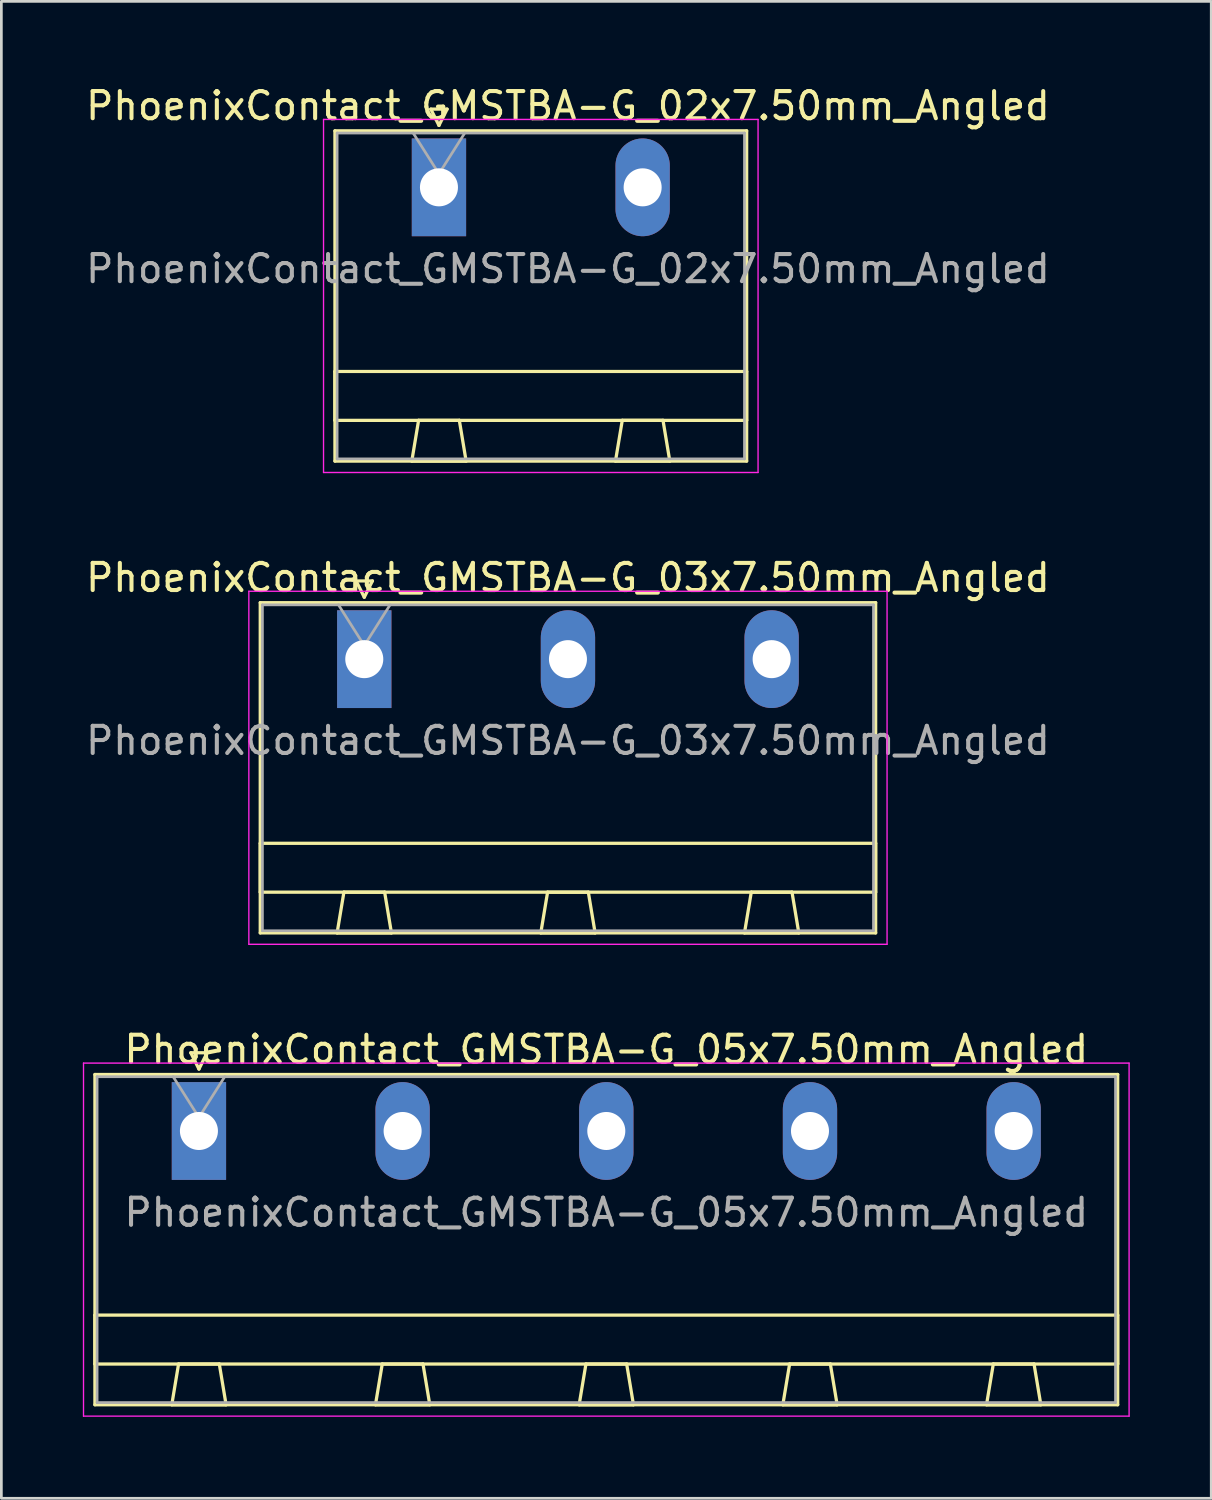
<source format=kicad_pcb>
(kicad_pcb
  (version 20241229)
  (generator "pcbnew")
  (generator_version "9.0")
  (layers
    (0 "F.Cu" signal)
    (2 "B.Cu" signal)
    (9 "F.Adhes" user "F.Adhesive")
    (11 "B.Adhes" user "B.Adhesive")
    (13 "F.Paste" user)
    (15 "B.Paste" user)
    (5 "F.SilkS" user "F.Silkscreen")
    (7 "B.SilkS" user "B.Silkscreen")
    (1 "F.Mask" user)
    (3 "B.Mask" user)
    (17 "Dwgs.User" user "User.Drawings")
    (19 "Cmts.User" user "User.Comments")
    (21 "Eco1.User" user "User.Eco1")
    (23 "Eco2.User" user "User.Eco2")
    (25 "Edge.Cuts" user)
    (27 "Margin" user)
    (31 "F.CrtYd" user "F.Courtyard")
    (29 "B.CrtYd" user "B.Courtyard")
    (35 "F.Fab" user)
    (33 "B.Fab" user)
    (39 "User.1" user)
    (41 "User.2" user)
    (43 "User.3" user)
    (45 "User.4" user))
  (footprint "PhoenixContact_GMSTBA-G_02x7.50mm_Angled"
    (layer "F.Cu")
    (at 13.113 3.848)
    (property "Reference" "PhoenixContact_GMSTBA-G_02x7.50mm_Angled" (at 4.75 -3 0) (layer "F.SilkS") (effects (font (size 1 1) (thickness 0.15))))
    (attr through_hole)
    (fp_line (start -3.83 -2.08) (end -3.83 10.08) (stroke (width 0.12) (type solid)) (layer "F.SilkS"))
    (fp_line (start -3.83 6.78) (end 11.33 6.78) (stroke (width 0.12) (type solid)) (layer "F.SilkS"))
    (fp_line (start -3.83 8.58) (end -3.83 6.78) (stroke (width 0.12) (type solid)) (layer "F.SilkS"))
    (fp_line (start -3.83 10.08) (end 11.33 10.08) (stroke (width 0.12) (type solid)) (layer "F.SilkS"))
    (fp_line (start -1 10.08) (end 1 10.08) (stroke (width 0.12) (type solid)) (layer "F.SilkS"))
    (fp_line (start -0.75 8.58) (end -1 10.08) (stroke (width 0.12) (type solid)) (layer "F.SilkS"))
    (fp_line (start -0.3 -2.88) (end 0.3 -2.88) (stroke (width 0.12) (type solid)) (layer "F.SilkS"))
    (fp_line (start 0 -2.28) (end -0.3 -2.88) (stroke (width 0.12) (type solid)) (layer "F.SilkS"))
    (fp_line (start 0.3 -2.88) (end 0 -2.28) (stroke (width 0.12) (type solid)) (layer "F.SilkS"))
    (fp_line (start 0.75 8.58) (end -0.75 8.58) (stroke (width 0.12) (type solid)) (layer "F.SilkS"))
    (fp_line (start 1 10.08) (end 0.75 8.58) (stroke (width 0.12) (type solid)) (layer "F.SilkS"))
    (fp_line (start 6.5 10.08) (end 8.5 10.08) (stroke (width 0.12) (type solid)) (layer "F.SilkS"))
    (fp_line (start 6.75 8.58) (end 6.5 10.08) (stroke (width 0.12) (type solid)) (layer "F.SilkS"))
    (fp_line (start 8.25 8.58) (end 6.75 8.58) (stroke (width 0.12) (type solid)) (layer "F.SilkS"))
    (fp_line (start 8.5 10.08) (end 8.25 8.58) (stroke (width 0.12) (type solid)) (layer "F.SilkS"))
    (fp_line (start 11.33 -2.08) (end -3.83 -2.08) (stroke (width 0.12) (type solid)) (layer "F.SilkS"))
    (fp_line (start 11.33 6.78) (end 11.33 8.58) (stroke (width 0.12) (type solid)) (layer "F.SilkS"))
    (fp_line (start 11.33 8.58) (end -3.83 8.58) (stroke (width 0.12) (type solid)) (layer "F.SilkS"))
    (fp_line (start 11.33 10.08) (end 11.33 -2.08) (stroke (width 0.12) (type solid)) (layer "F.SilkS"))
    (fp_line (start -4.25 -2.5) (end -4.25 10.5) (stroke (width 0.05) (type solid)) (layer "F.CrtYd"))
    (fp_line (start -4.25 10.5) (end 11.75 10.5) (stroke (width 0.05) (type solid)) (layer "F.CrtYd"))
    (fp_line (start 11.75 -2.5) (end -4.25 -2.5) (stroke (width 0.05) (type solid)) (layer "F.CrtYd"))
    (fp_line (start 11.75 10.5) (end 11.75 -2.5) (stroke (width 0.05) (type solid)) (layer "F.CrtYd"))
    (fp_line (start -3.75 -2) (end -3.75 10) (stroke (width 0.1) (type solid)) (layer "F.Fab"))
    (fp_line (start -3.75 10) (end 11.25 10) (stroke (width 0.1) (type solid)) (layer "F.Fab"))
    (fp_line (start 0 -0.5) (end -0.95 -2) (stroke (width 0.1) (type solid)) (layer "F.Fab"))
    (fp_line (start 0.95 -2) (end 0 -0.5) (stroke (width 0.1) (type solid)) (layer "F.Fab"))
    (fp_line (start 11.25 -2) (end -3.75 -2) (stroke (width 0.1) (type solid)) (layer "F.Fab"))
    (fp_line (start 11.25 10) (end 11.25 -2) (stroke (width 0.1) (type solid)) (layer "F.Fab"))
    (fp_text user "${REFERENCE}" (at 4.75 3 0) (layer "F.Fab") (effects (font (size 1 1) (thickness 0.15))))
    (pad "1" thru_hole rect (at 0 0) (size 2 3.6) (drill 1.4) (layers "*.Cu" "*.Mask"))
    (pad "2" thru_hole oval (at 7.5 0) (size 2 3.6) (drill 1.4) (layers "*.Cu" "*.Mask")))
  (footprint "PhoenixContact_GMSTBA-G_05x7.50mm_Angled"
    (layer "F.Cu")
    (at 4.275 38.595)
    (property "Reference" "PhoenixContact_GMSTBA-G_05x7.50mm_Angled" (at 15 -3 0) (layer "F.SilkS") (effects (font (size 1 1) (thickness 0.15))))
    (attr through_hole)
    (fp_line (start -3.83 -2.08) (end -3.83 10.08) (stroke (width 0.12) (type solid)) (layer "F.SilkS"))
    (fp_line (start -3.83 6.78) (end 33.83 6.78) (stroke (width 0.12) (type solid)) (layer "F.SilkS"))
    (fp_line (start -3.83 8.58) (end -3.83 6.78) (stroke (width 0.12) (type solid)) (layer "F.SilkS"))
    (fp_line (start -3.83 10.08) (end 33.83 10.08) (stroke (width 0.12) (type solid)) (layer "F.SilkS"))
    (fp_line (start -1 10.08) (end 1 10.08) (stroke (width 0.12) (type solid)) (layer "F.SilkS"))
    (fp_line (start -0.75 8.58) (end -1 10.08) (stroke (width 0.12) (type solid)) (layer "F.SilkS"))
    (fp_line (start -0.3 -2.88) (end 0.3 -2.88) (stroke (width 0.12) (type solid)) (layer "F.SilkS"))
    (fp_line (start 0 -2.28) (end -0.3 -2.88) (stroke (width 0.12) (type solid)) (layer "F.SilkS"))
    (fp_line (start 0.3 -2.88) (end 0 -2.28) (stroke (width 0.12) (type solid)) (layer "F.SilkS"))
    (fp_line (start 0.75 8.58) (end -0.75 8.58) (stroke (width 0.12) (type solid)) (layer "F.SilkS"))
    (fp_line (start 1 10.08) (end 0.75 8.58) (stroke (width 0.12) (type solid)) (layer "F.SilkS"))
    (fp_line (start 6.5 10.08) (end 8.5 10.08) (stroke (width 0.12) (type solid)) (layer "F.SilkS"))
    (fp_line (start 6.75 8.58) (end 6.5 10.08) (stroke (width 0.12) (type solid)) (layer "F.SilkS"))
    (fp_line (start 8.25 8.58) (end 6.75 8.58) (stroke (width 0.12) (type solid)) (layer "F.SilkS"))
    (fp_line (start 8.5 10.08) (end 8.25 8.58) (stroke (width 0.12) (type solid)) (layer "F.SilkS"))
    (fp_line (start 14 10.08) (end 16 10.08) (stroke (width 0.12) (type solid)) (layer "F.SilkS"))
    (fp_line (start 14.25 8.58) (end 14 10.08) (stroke (width 0.12) (type solid)) (layer "F.SilkS"))
    (fp_line (start 15.75 8.58) (end 14.25 8.58) (stroke (width 0.12) (type solid)) (layer "F.SilkS"))
    (fp_line (start 16 10.08) (end 15.75 8.58) (stroke (width 0.12) (type solid)) (layer "F.SilkS"))
    (fp_line (start 21.5 10.08) (end 23.5 10.08) (stroke (width 0.12) (type solid)) (layer "F.SilkS"))
    (fp_line (start 21.75 8.58) (end 21.5 10.08) (stroke (width 0.12) (type solid)) (layer "F.SilkS"))
    (fp_line (start 23.25 8.58) (end 21.75 8.58) (stroke (width 0.12) (type solid)) (layer "F.SilkS"))
    (fp_line (start 23.5 10.08) (end 23.25 8.58) (stroke (width 0.12) (type solid)) (layer "F.SilkS"))
    (fp_line (start 29 10.08) (end 31 10.08) (stroke (width 0.12) (type solid)) (layer "F.SilkS"))
    (fp_line (start 29.25 8.58) (end 29 10.08) (stroke (width 0.12) (type solid)) (layer "F.SilkS"))
    (fp_line (start 30.75 8.58) (end 29.25 8.58) (stroke (width 0.12) (type solid)) (layer "F.SilkS"))
    (fp_line (start 31 10.08) (end 30.75 8.58) (stroke (width 0.12) (type solid)) (layer "F.SilkS"))
    (fp_line (start 33.83 -2.08) (end -3.83 -2.08) (stroke (width 0.12) (type solid)) (layer "F.SilkS"))
    (fp_line (start 33.83 6.78) (end 33.83 8.58) (stroke (width 0.12) (type solid)) (layer "F.SilkS"))
    (fp_line (start 33.83 8.58) (end -3.83 8.58) (stroke (width 0.12) (type solid)) (layer "F.SilkS"))
    (fp_line (start 33.83 10.08) (end 33.83 -2.08) (stroke (width 0.12) (type solid)) (layer "F.SilkS"))
    (fp_line (start -4.25 -2.5) (end -4.25 10.5) (stroke (width 0.05) (type solid)) (layer "F.CrtYd"))
    (fp_line (start -4.25 10.5) (end 34.25 10.5) (stroke (width 0.05) (type solid)) (layer "F.CrtYd"))
    (fp_line (start 34.25 -2.5) (end -4.25 -2.5) (stroke (width 0.05) (type solid)) (layer "F.CrtYd"))
    (fp_line (start 34.25 10.5) (end 34.25 -2.5) (stroke (width 0.05) (type solid)) (layer "F.CrtYd"))
    (fp_line (start -3.75 -2) (end -3.75 10) (stroke (width 0.1) (type solid)) (layer "F.Fab"))
    (fp_line (start -3.75 10) (end 33.75 10) (stroke (width 0.1) (type solid)) (layer "F.Fab"))
    (fp_line (start 0 -0.5) (end -0.95 -2) (stroke (width 0.1) (type solid)) (layer "F.Fab"))
    (fp_line (start 0.95 -2) (end 0 -0.5) (stroke (width 0.1) (type solid)) (layer "F.Fab"))
    (fp_line (start 33.75 -2) (end -3.75 -2) (stroke (width 0.1) (type solid)) (layer "F.Fab"))
    (fp_line (start 33.75 10) (end 33.75 -2) (stroke (width 0.1) (type solid)) (layer "F.Fab"))
    (fp_text user "${REFERENCE}" (at 15 3 0) (layer "F.Fab") (effects (font (size 1 1) (thickness 0.15))))
    (pad "1" thru_hole rect (at 0 0) (size 2 3.6) (drill 1.4) (layers "*.Cu" "*.Mask"))
    (pad "2" thru_hole oval (at 7.5 0) (size 2 3.6) (drill 1.4) (layers "*.Cu" "*.Mask"))
    (pad "3" thru_hole oval (at 15 0) (size 2 3.6) (drill 1.4) (layers "*.Cu" "*.Mask"))
    (pad "4" thru_hole oval (at 22.5 0) (size 2 3.6) (drill 1.4) (layers "*.Cu" "*.Mask"))
    (pad "5" thru_hole oval (at 30 0) (size 2 3.6) (drill 1.4) (layers "*.Cu" "*.Mask")))
  (footprint "PhoenixContact_GMSTBA-G_03x7.50mm_Angled"
    (layer "F.Cu")
    (at 10.363 21.221)
    (property "Reference" "PhoenixContact_GMSTBA-G_03x7.50mm_Angled" (at 7.5 -3 0) (layer "F.SilkS") (effects (font (size 1 1) (thickness 0.15))))
    (attr through_hole)
    (fp_line (start -3.83 -2.08) (end -3.83 10.08) (stroke (width 0.12) (type solid)) (layer "F.SilkS"))
    (fp_line (start -3.83 6.78) (end 18.83 6.78) (stroke (width 0.12) (type solid)) (layer "F.SilkS"))
    (fp_line (start -3.83 8.58) (end -3.83 6.78) (stroke (width 0.12) (type solid)) (layer "F.SilkS"))
    (fp_line (start -3.83 10.08) (end 18.83 10.08) (stroke (width 0.12) (type solid)) (layer "F.SilkS"))
    (fp_line (start -1 10.08) (end 1 10.08) (stroke (width 0.12) (type solid)) (layer "F.SilkS"))
    (fp_line (start -0.75 8.58) (end -1 10.08) (stroke (width 0.12) (type solid)) (layer "F.SilkS"))
    (fp_line (start -0.3 -2.88) (end 0.3 -2.88) (stroke (width 0.12) (type solid)) (layer "F.SilkS"))
    (fp_line (start 0 -2.28) (end -0.3 -2.88) (stroke (width 0.12) (type solid)) (layer "F.SilkS"))
    (fp_line (start 0.3 -2.88) (end 0 -2.28) (stroke (width 0.12) (type solid)) (layer "F.SilkS"))
    (fp_line (start 0.75 8.58) (end -0.75 8.58) (stroke (width 0.12) (type solid)) (layer "F.SilkS"))
    (fp_line (start 1 10.08) (end 0.75 8.58) (stroke (width 0.12) (type solid)) (layer "F.SilkS"))
    (fp_line (start 6.5 10.08) (end 8.5 10.08) (stroke (width 0.12) (type solid)) (layer "F.SilkS"))
    (fp_line (start 6.75 8.58) (end 6.5 10.08) (stroke (width 0.12) (type solid)) (layer "F.SilkS"))
    (fp_line (start 8.25 8.58) (end 6.75 8.58) (stroke (width 0.12) (type solid)) (layer "F.SilkS"))
    (fp_line (start 8.5 10.08) (end 8.25 8.58) (stroke (width 0.12) (type solid)) (layer "F.SilkS"))
    (fp_line (start 14 10.08) (end 16 10.08) (stroke (width 0.12) (type solid)) (layer "F.SilkS"))
    (fp_line (start 14.25 8.58) (end 14 10.08) (stroke (width 0.12) (type solid)) (layer "F.SilkS"))
    (fp_line (start 15.75 8.58) (end 14.25 8.58) (stroke (width 0.12) (type solid)) (layer "F.SilkS"))
    (fp_line (start 16 10.08) (end 15.75 8.58) (stroke (width 0.12) (type solid)) (layer "F.SilkS"))
    (fp_line (start 18.83 -2.08) (end -3.83 -2.08) (stroke (width 0.12) (type solid)) (layer "F.SilkS"))
    (fp_line (start 18.83 6.78) (end 18.83 8.58) (stroke (width 0.12) (type solid)) (layer "F.SilkS"))
    (fp_line (start 18.83 8.58) (end -3.83 8.58) (stroke (width 0.12) (type solid)) (layer "F.SilkS"))
    (fp_line (start 18.83 10.08) (end 18.83 -2.08) (stroke (width 0.12) (type solid)) (layer "F.SilkS"))
    (fp_line (start -4.25 -2.5) (end -4.25 10.5) (stroke (width 0.05) (type solid)) (layer "F.CrtYd"))
    (fp_line (start -4.25 10.5) (end 19.25 10.5) (stroke (width 0.05) (type solid)) (layer "F.CrtYd"))
    (fp_line (start 19.25 -2.5) (end -4.25 -2.5) (stroke (width 0.05) (type solid)) (layer "F.CrtYd"))
    (fp_line (start 19.25 10.5) (end 19.25 -2.5) (stroke (width 0.05) (type solid)) (layer "F.CrtYd"))
    (fp_line (start -3.75 -2) (end -3.75 10) (stroke (width 0.1) (type solid)) (layer "F.Fab"))
    (fp_line (start -3.75 10) (end 18.75 10) (stroke (width 0.1) (type solid)) (layer "F.Fab"))
    (fp_line (start 0 -0.5) (end -0.95 -2) (stroke (width 0.1) (type solid)) (layer "F.Fab"))
    (fp_line (start 0.95 -2) (end 0 -0.5) (stroke (width 0.1) (type solid)) (layer "F.Fab"))
    (fp_line (start 18.75 -2) (end -3.75 -2) (stroke (width 0.1) (type solid)) (layer "F.Fab"))
    (fp_line (start 18.75 10) (end 18.75 -2) (stroke (width 0.1) (type solid)) (layer "F.Fab"))
    (fp_text user "${REFERENCE}" (at 7.5 3 0) (layer "F.Fab") (effects (font (size 1 1) (thickness 0.15))))
    (pad "1" thru_hole rect (at 0 0) (size 2 3.6) (drill 1.4) (layers "*.Cu" "*.Mask"))
    (pad "2" thru_hole oval (at 7.5 0) (size 2 3.6) (drill 1.4) (layers "*.Cu" "*.Mask"))
    (pad "3" thru_hole oval (at 15 0) (size 2 3.6) (drill 1.4) (layers "*.Cu" "*.Mask")))
  (gr_rect
    (start -3 -3)
    (end 41.55 52.12)
    (stroke (width 0.1) (type default))
    (fill no)
    (layer "Edge.Cuts")))
</source>
